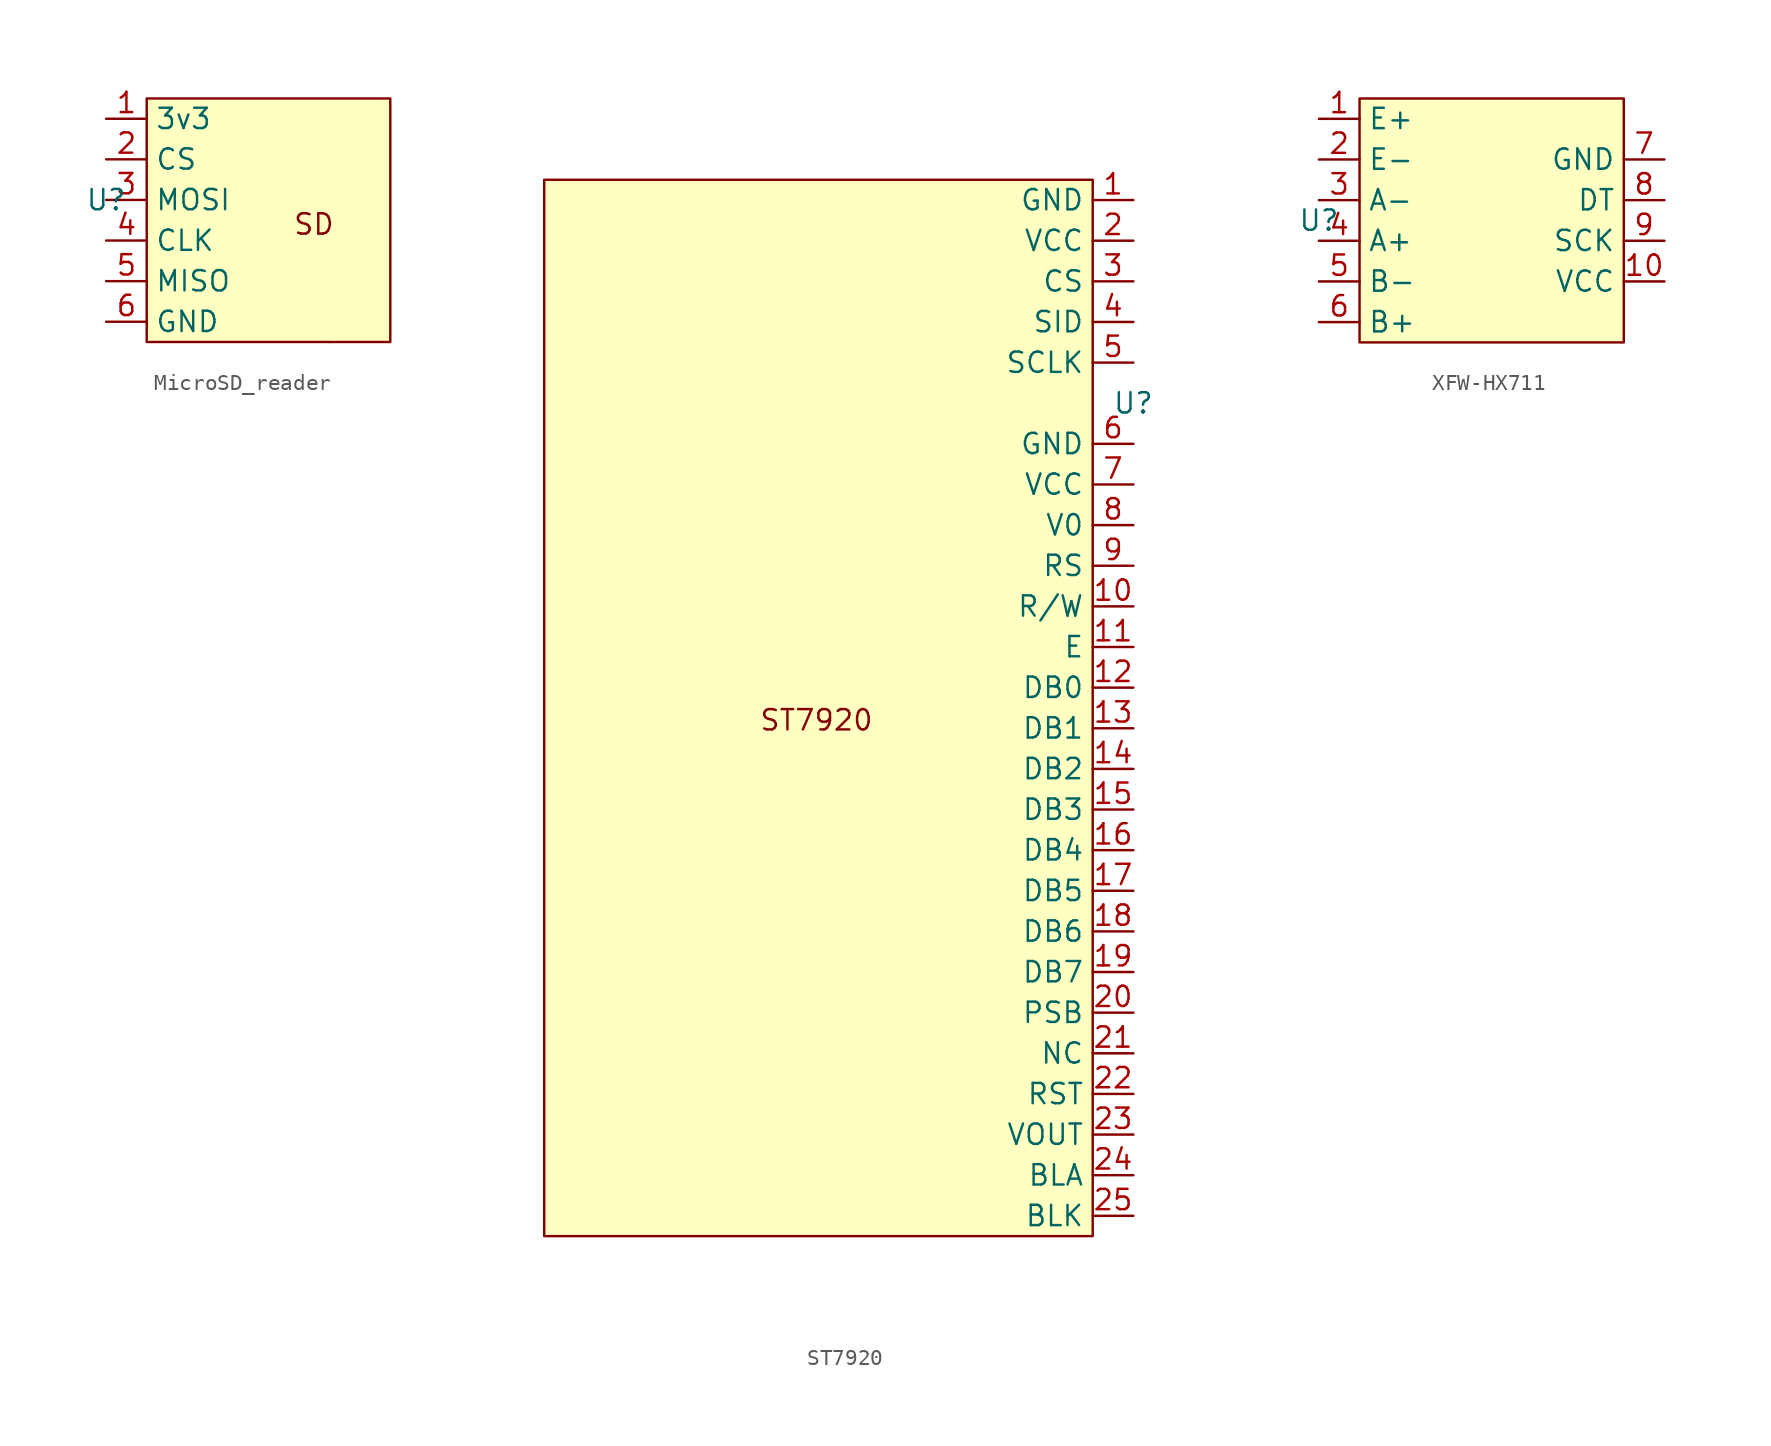
<source format=kicad_sym>
(kicad_symbol_lib
  (version 20231120)
  (generator "kicad_symbol_editor")
  (generator_version "8.0")
  (symbol "MicroSD_reader"
    (property "Reference" "U"
      (at 0 0 0)
      (effects (font (size 1.27 1.27))))
    (property "Value" ""
      (at 0 0 0)
      (effects (font (size 1.27 1.27))))
    (symbol "MicroSD_reader_0_1"
      (rectangle (start 13.97 -8.89) (end 13.97 -8.89) (stroke (width 0) (type default)) (fill (type none))))
    (symbol "MicroSD_reader_1_1"
      (rectangle (start 2.54 6.35) (end 17.78 -8.89) (stroke (width 0) (type default)) (fill (type background)))
      (text "SD  " (at 13.97 -1.524 0) (effects (font (size 1.27 1.27))))
      (pin power_in line (at 0 5.08 0) (length 2.54) (name "3v3" (effects (font (size 1.27 1.27)))) (number "1" (effects (font (size 1.27 1.27)))))
      (pin input line (at 0 2.54 0) (length 2.54) (name "CS" (effects (font (size 1.27 1.27)))) (number "2" (effects (font (size 1.27 1.27)))))
      (pin input line (at 0 0 0) (length 2.54) (name "MOSI" (effects (font (size 1.27 1.27)))) (number "3" (effects (font (size 1.27 1.27)))))
      (pin input line (at 0 -2.54 0) (length 2.54) (name "CLK" (effects (font (size 1.27 1.27)))) (number "4" (effects (font (size 1.27 1.27)))))
      (pin output line (at 0 -5.08 0) (length 2.54) (name "MISO" (effects (font (size 1.27 1.27)))) (number "5" (effects (font (size 1.27 1.27)))))
      (pin power_in line (at 0 -7.62 0) (length 2.54) (name "GND" (effects (font (size 1.27 1.27)))) (number "6" (effects (font (size 1.27 1.27)))))))
  (symbol "ST7920"
    (property "Reference" "U"
      (at 1.27 1.27 0)
      (effects (font (size 1.27 1.27))))
    (property "Value" ""
      (at 1.27 1.27 0)
      (effects (font (size 1.27 1.27))))
    (symbol "ST7920_1_1"
      (rectangle (start -35.56 15.24) (end -1.27 -50.8) (stroke (width 0) (type default)) (fill (type background)))
      (text "ST7920\n" (at -18.542 -18.542 0) (effects (font (size 1.27 1.27))))
      (pin power_in line (at 1.27 13.97 180) (length 2.54) (name "GND" (effects (font (size 1.27 1.27)))) (number "1" (effects (font (size 1.27 1.27)))))
      (pin input line (at 1.27 -11.43 180) (length 2.54) (name "R/W" (effects (font (size 1.27 1.27)))) (number "10" (effects (font (size 1.27 1.27)))))
      (pin input line (at 1.27 -13.97 180) (length 2.54) (name "E" (effects (font (size 1.27 1.27)))) (number "11" (effects (font (size 1.27 1.27)))))
      (pin bidirectional line (at 1.27 -16.51 180) (length 2.54) (name "DB0" (effects (font (size 1.27 1.27)))) (number "12" (effects (font (size 1.27 1.27)))))
      (pin bidirectional line (at 1.27 -19.05 180) (length 2.54) (name "DB1" (effects (font (size 1.27 1.27)))) (number "13" (effects (font (size 1.27 1.27)))))
      (pin bidirectional line (at 1.27 -21.59 180) (length 2.54) (name "DB2" (effects (font (size 1.27 1.27)))) (number "14" (effects (font (size 1.27 1.27)))))
      (pin bidirectional line (at 1.27 -24.13 180) (length 2.54) (name "DB3" (effects (font (size 1.27 1.27)))) (number "15" (effects (font (size 1.27 1.27)))))
      (pin bidirectional line (at 1.27 -26.67 180) (length 2.54) (name "DB4" (effects (font (size 1.27 1.27)))) (number "16" (effects (font (size 1.27 1.27)))))
      (pin bidirectional line (at 1.27 -29.21 180) (length 2.54) (name "DB5" (effects (font (size 1.27 1.27)))) (number "17" (effects (font (size 1.27 1.27)))))
      (pin bidirectional line (at 1.27 -31.75 180) (length 2.54) (name "DB6" (effects (font (size 1.27 1.27)))) (number "18" (effects (font (size 1.27 1.27)))))
      (pin bidirectional line (at 1.27 -34.29 180) (length 2.54) (name "DB7" (effects (font (size 1.27 1.27)))) (number "19" (effects (font (size 1.27 1.27)))))
      (pin power_in line (at 1.27 11.43 180) (length 2.54) (name "VCC" (effects (font (size 1.27 1.27)))) (number "2" (effects (font (size 1.27 1.27)))))
      (pin input line (at 1.27 -36.83 180) (length 2.54) (name "PSB" (effects (font (size 1.27 1.27)))) (number "20" (effects (font (size 1.27 1.27)))))
      (pin unspecified line (at 1.27 -39.37 180) (length 2.54) (name "NC" (effects (font (size 1.27 1.27)))) (number "21" (effects (font (size 1.27 1.27)))))
      (pin input line (at 1.27 -41.91 180) (length 2.54) (name "RST" (effects (font (size 1.27 1.27)))) (number "22" (effects (font (size 1.27 1.27)))))
      (pin power_out line (at 1.27 -44.45 180) (length 2.54) (name "VOUT" (effects (font (size 1.27 1.27)))) (number "23" (effects (font (size 1.27 1.27)))))
      (pin power_in line (at 1.27 -46.99 180) (length 2.54) (name "BLA" (effects (font (size 1.27 1.27)))) (number "24" (effects (font (size 1.27 1.27)))))
      (pin power_in line (at 1.27 -49.53 180) (length 2.54) (name "BLK" (effects (font (size 1.27 1.27)))) (number "25" (effects (font (size 1.27 1.27)))))
      (pin input line (at 1.27 8.89 180) (length 2.54) (name "CS" (effects (font (size 1.27 1.27)))) (number "3" (effects (font (size 1.27 1.27)))))
      (pin input line (at 1.27 6.35 180) (length 2.54) (name "SID" (effects (font (size 1.27 1.27)))) (number "4" (effects (font (size 1.27 1.27)))))
      (pin input line (at 1.27 3.81 180) (length 2.54) (name "SCLK" (effects (font (size 1.27 1.27)))) (number "5" (effects (font (size 1.27 1.27)))))
      (pin unspecified line (at 1.27 -1.27 180) (length 2.54) (name "GND" (effects (font (size 1.27 1.27)))) (number "6" (effects (font (size 1.27 1.27)))))
      (pin unspecified line (at 1.27 -3.81 180) (length 2.54) (name "VCC" (effects (font (size 1.27 1.27)))) (number "7" (effects (font (size 1.27 1.27)))))
      (pin input line (at 1.27 -6.35 180) (length 2.54) (name "V0" (effects (font (size 1.27 1.27)))) (number "8" (effects (font (size 1.27 1.27)))))
      (pin input line (at 1.27 -8.89 180) (length 2.54) (name "RS" (effects (font (size 1.27 1.27)))) (number "9" (effects (font (size 1.27 1.27)))))))
  (symbol "XFW-HX711"
    (property "Reference" "U"
      (at 0 0 0)
      (effects (font (size 1.27 1.27))))
    (property "Value" ""
      (at 0 0 0)
      (effects (font (size 1.27 1.27))))
    (symbol "XFW-HX711_1_1"
      (rectangle (start 2.54 7.62) (end 19.05 -7.62) (stroke (width 0) (type default)) (fill (type background)))
      (pin input line (at 0 6.35 0) (length 2.54) (name "E+" (effects (font (size 1.27 1.27)))) (number "1" (effects (font (size 1.27 1.27)))))
      (pin power_in line (at 21.59 -3.81 180) (length 2.54) (name "VCC" (effects (font (size 1.27 1.27)))) (number "10" (effects (font (size 1.27 1.27)))))
      (pin input line (at 0 3.81 0) (length 2.54) (name "E-" (effects (font (size 1.27 1.27)))) (number "2" (effects (font (size 1.27 1.27)))))
      (pin input line (at 0 1.27 0) (length 2.54) (name "A-" (effects (font (size 1.27 1.27)))) (number "3" (effects (font (size 1.27 1.27)))))
      (pin input line (at 0 -1.27 0) (length 2.54) (name "A+" (effects (font (size 1.27 1.27)))) (number "4" (effects (font (size 1.27 1.27)))))
      (pin input line (at 0 -3.81 0) (length 2.54) (name "B-" (effects (font (size 1.27 1.27)))) (number "5" (effects (font (size 1.27 1.27)))))
      (pin input line (at 0 -6.35 0) (length 2.54) (name "B+" (effects (font (size 1.27 1.27)))) (number "6" (effects (font (size 1.27 1.27)))))
      (pin power_in line (at 21.59 3.81 180) (length 2.54) (name "GND" (effects (font (size 1.27 1.27)))) (number "7" (effects (font (size 1.27 1.27)))))
      (pin output line (at 21.59 1.27 180) (length 2.54) (name "DT" (effects (font (size 1.27 1.27)))) (number "8" (effects (font (size 1.27 1.27)))))
      (pin input line (at 21.59 -1.27 180) (length 2.54) (name "SCK" (effects (font (size 1.27 1.27)))) (number "9" (effects (font (size 1.27 1.27))))))))
</source>
